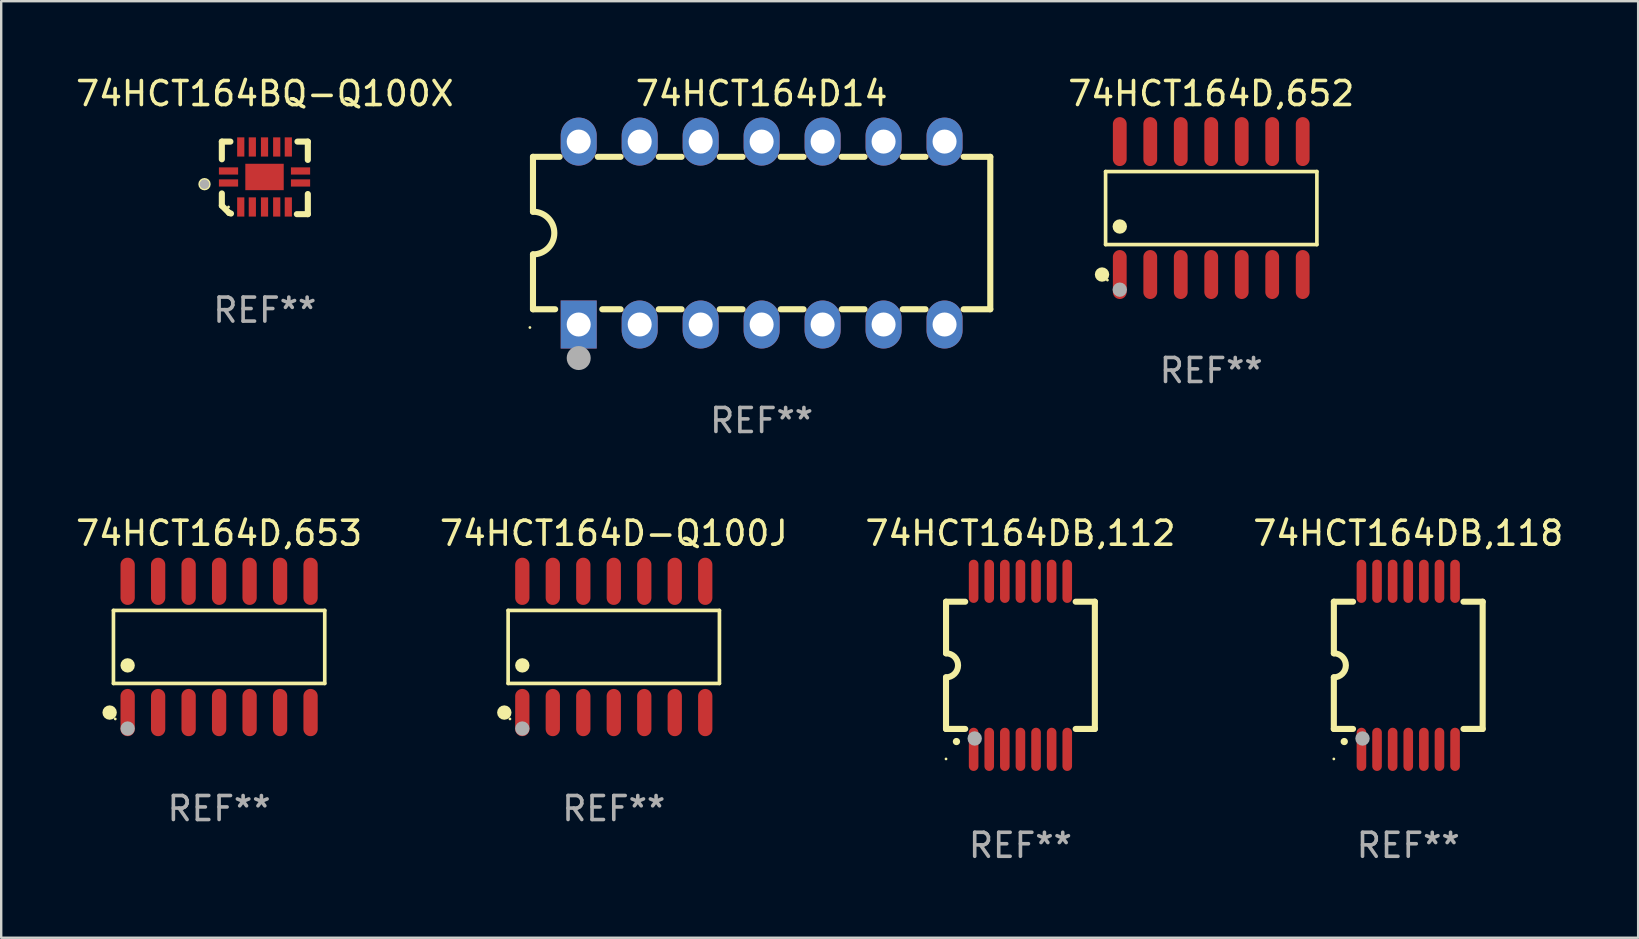
<source format=kicad_pcb>
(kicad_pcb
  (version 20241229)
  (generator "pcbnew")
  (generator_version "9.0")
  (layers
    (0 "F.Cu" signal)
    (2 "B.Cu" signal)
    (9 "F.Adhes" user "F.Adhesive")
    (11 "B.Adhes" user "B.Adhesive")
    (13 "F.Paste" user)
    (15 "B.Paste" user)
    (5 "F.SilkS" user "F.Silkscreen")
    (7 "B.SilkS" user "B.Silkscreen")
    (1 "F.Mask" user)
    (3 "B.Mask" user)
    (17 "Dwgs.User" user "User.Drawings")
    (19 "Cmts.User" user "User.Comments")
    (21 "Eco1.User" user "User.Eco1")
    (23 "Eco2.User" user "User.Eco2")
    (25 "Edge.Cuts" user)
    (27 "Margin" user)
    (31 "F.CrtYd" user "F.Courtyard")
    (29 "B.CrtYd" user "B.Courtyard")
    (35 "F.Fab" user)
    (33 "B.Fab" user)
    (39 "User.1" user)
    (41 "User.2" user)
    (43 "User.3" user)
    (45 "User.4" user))
  (footprint "74HCT164BQ-Q100X"
    (layer "F.Cu")
    (at 7.982 4.36)
    (property "Reference" "74HCT164BQ-Q100X" (at 0 -3.511 0) (layer "F.SilkS") (effects (font (size 1 1) (thickness 0.15))))
    (attr through_hole)
    (fp_line (start -1.791 -1.511) (end -1.435 -1.511) (stroke (width 0.254) (type solid)) (layer "F.SilkS"))
    (fp_line (start -1.791 -0.775) (end -1.791 -1.511) (stroke (width 0.254) (type solid)) (layer "F.SilkS"))
    (fp_line (start -1.791 1.156) (end -1.791 0.648) (stroke (width 0.254) (type solid)) (layer "F.SilkS"))
    (fp_line (start -1.486 1.461) (end -1.791 1.156) (stroke (width 0.254) (type solid)) (layer "F.SilkS"))
    (fp_line (start -1.41 1.486) (end -1.486 1.461) (stroke (width 0.254) (type solid)) (layer "F.SilkS"))
    (fp_line (start 1.334 1.511) (end 1.791 1.511) (stroke (width 0.254) (type solid)) (layer "F.SilkS"))
    (fp_line (start 1.791 -1.511) (end 1.359 -1.511) (stroke (width 0.254) (type solid)) (layer "F.SilkS"))
    (fp_line (start 1.791 -0.749) (end 1.791 -1.511) (stroke (width 0.254) (type solid)) (layer "F.SilkS"))
    (fp_line (start 1.791 1.511) (end 1.791 0.673) (stroke (width 0.254) (type solid)) (layer "F.SilkS"))
    (fp_circle (center -2.513 0.262) (end -2.383 0.262) (stroke (width 0.254) (type solid)) (fill no) (layer "F.SilkS"))
    (fp_circle (center -1.513 1.212) (end -1.483 1.212) (stroke (width 0.06) (type solid)) (fill no) (layer "F.SilkS"))
    (fp_circle (center -2.513 0.262) (end -2.413 0.262) (stroke (width 0.2) (type solid)) (fill no) (layer "F.Fab"))
    (fp_text user "REF**" (at 0 5.511 0) (layer "F.Fab") (effects (font (size 1 1) (thickness 0.15))))
    (pad "1" smd rect (at -1.513 0.212) (size 0.8 0.3) (layers "F.Cu" "F.Mask" "F.Paste"))
    (pad "2" smd rect (at -1.003 1.212) (size 0.3 0.8) (layers "F.Cu" "F.Mask" "F.Paste"))
    (pad "3" smd rect (at -0.521 1.212) (size 0.3 0.8) (layers "F.Cu" "F.Mask" "F.Paste"))
    (pad "4" smd rect (at -0.013 1.212) (size 0.3 0.8) (layers "F.Cu" "F.Mask" "F.Paste"))
    (pad "5" smd rect (at 0.495 1.212) (size 0.3 0.8) (layers "F.Cu" "F.Mask" "F.Paste"))
    (pad "6" smd rect (at 0.978 1.212) (size 0.3 0.8) (layers "F.Cu" "F.Mask" "F.Paste"))
    (pad "7" smd rect (at 1.487 0.212) (size 0.8 0.3) (layers "F.Cu" "F.Mask" "F.Paste"))
    (pad "8" smd rect (at 1.487 -0.288) (size 0.8 0.3) (layers "F.Cu" "F.Mask" "F.Paste"))
    (pad "9" smd rect (at 0.978 -1.288) (size 0.3 0.8) (layers "F.Cu" "F.Mask" "F.Paste"))
    (pad "10" smd rect (at 0.495 -1.288) (size 0.3 0.8) (layers "F.Cu" "F.Mask" "F.Paste"))
    (pad "11" smd rect (at -0.013 -1.288) (size 0.3 0.8) (layers "F.Cu" "F.Mask" "F.Paste"))
    (pad "12" smd rect (at -0.521 -1.288) (size 0.3 0.8) (layers "F.Cu" "F.Mask" "F.Paste"))
    (pad "13" smd rect (at -1.003 -1.288) (size 0.3 0.8) (layers "F.Cu" "F.Mask" "F.Paste"))
    (pad "14" smd rect (at -1.513 -0.288) (size 0.8 0.3) (layers "F.Cu" "F.Mask" "F.Paste"))
    (pad "15" smd rect (at -0.013 -0.038 90) (size 1.1 1.6) (layers "F.Cu" "F.Mask" "F.Paste")))
  (footprint "74HCT164D-Q100J"
    (layer "F.Cu")
    (at 22.518 23.899)
    (property "Reference" "74HCT164D-Q100J" (at 0 -4.734 0) (layer "F.SilkS") (effects (font (size 1 1) (thickness 0.15))))
    (attr through_hole)
    (fp_line (start -4.401 -1.521) (end 4.401 -1.521) (stroke (width 0.152) (type solid)) (layer "F.SilkS"))
    (fp_line (start -4.401 1.521) (end -4.401 -1.521) (stroke (width 0.152) (type solid)) (layer "F.SilkS"))
    (fp_line (start 4.401 -1.521) (end 4.401 1.521) (stroke (width 0.152) (type solid)) (layer "F.SilkS"))
    (fp_line (start 4.401 1.521) (end -4.401 1.521) (stroke (width 0.152) (type solid)) (layer "F.SilkS"))
    (fp_circle (center -4.56 2.734) (end -4.41 2.734) (stroke (width 0.3) (type solid)) (fill no) (layer "F.SilkS"))
    (fp_circle (center -4.325 3) (end -4.295 3) (stroke (width 0.06) (type solid)) (fill no) (layer "F.SilkS"))
    (fp_circle (center -3.81 0.769) (end -3.66 0.769) (stroke (width 0.3) (type solid)) (fill no) (layer "F.SilkS"))
    (fp_circle (center -3.81 3.4) (end -3.66 3.4) (stroke (width 0.3) (type solid)) (fill no) (layer "F.Fab"))
    (fp_text user "REF**" (at 0 6.734 0) (layer "F.Fab") (effects (font (size 1 1) (thickness 0.15))))
    (pad "1" smd oval (at -3.81 2.734) (size 0.595 1.968) (layers "F.Cu" "F.Mask" "F.Paste"))
    (pad "2" smd oval (at -2.54 2.734) (size 0.595 1.968) (layers "F.Cu" "F.Mask" "F.Paste"))
    (pad "3" smd oval (at -1.27 2.734) (size 0.595 1.968) (layers "F.Cu" "F.Mask" "F.Paste"))
    (pad "4" smd oval (at 0 2.734) (size 0.595 1.968) (layers "F.Cu" "F.Mask" "F.Paste"))
    (pad "5" smd oval (at 1.27 2.734) (size 0.595 1.968) (layers "F.Cu" "F.Mask" "F.Paste"))
    (pad "6" smd oval (at 2.54 2.734) (size 0.595 1.968) (layers "F.Cu" "F.Mask" "F.Paste"))
    (pad "7" smd oval (at 3.81 2.734) (size 0.595 1.968) (layers "F.Cu" "F.Mask" "F.Paste"))
    (pad "8" smd oval (at 3.81 -2.734) (size 0.595 1.968) (layers "F.Cu" "F.Mask" "F.Paste"))
    (pad "9" smd oval (at 2.54 -2.734) (size 0.595 1.968) (layers "F.Cu" "F.Mask" "F.Paste"))
    (pad "10" smd oval (at 1.27 -2.734) (size 0.595 1.968) (layers "F.Cu" "F.Mask" "F.Paste"))
    (pad "11" smd oval (at 0 -2.734) (size 0.595 1.968) (layers "F.Cu" "F.Mask" "F.Paste"))
    (pad "12" smd oval (at -1.27 -2.734) (size 0.595 1.968) (layers "F.Cu" "F.Mask" "F.Paste"))
    (pad "13" smd oval (at -2.54 -2.734) (size 0.595 1.968) (layers "F.Cu" "F.Mask" "F.Paste"))
    (pad "14" smd oval (at -3.81 -2.734) (size 0.595 1.968) (layers "F.Cu" "F.Mask" "F.Paste")))
  (footprint "74HCT164D14"
    (layer "F.Cu")
    (at 28.677 6.658)
    (property "Reference" "74HCT164D14" (at 0 -5.81 0) (layer "F.SilkS") (effects (font (size 1 1) (thickness 0.15))))
    (attr through_hole)
    (fp_line (start -9.525 -3.175) (end -9.525 -0.889) (stroke (width 0.254) (type solid)) (layer "F.SilkS"))
    (fp_line (start -9.525 -3.175) (end -8.414 -3.175) (stroke (width 0.254) (type solid)) (layer "F.SilkS"))
    (fp_line (start -9.525 3.175) (end -9.525 0.889) (stroke (width 0.254) (type solid)) (layer "F.SilkS"))
    (fp_line (start -8.601 3.175) (end -9.525 3.175) (stroke (width 0.254) (type solid)) (layer "F.SilkS"))
    (fp_line (start -6.826 -3.175) (end -5.874 -3.175) (stroke (width 0.254) (type solid)) (layer "F.SilkS"))
    (fp_line (start -5.874 3.175) (end -6.639 3.175) (stroke (width 0.254) (type solid)) (layer "F.SilkS"))
    (fp_line (start -4.286 -3.175) (end -3.334 -3.175) (stroke (width 0.254) (type solid)) (layer "F.SilkS"))
    (fp_line (start -3.334 3.175) (end -4.286 3.175) (stroke (width 0.254) (type solid)) (layer "F.SilkS"))
    (fp_line (start -1.746 -3.175) (end -0.794 -3.175) (stroke (width 0.254) (type solid)) (layer "F.SilkS"))
    (fp_line (start -0.794 3.175) (end -1.746 3.175) (stroke (width 0.254) (type solid)) (layer "F.SilkS"))
    (fp_line (start 0.794 -3.175) (end 1.746 -3.175) (stroke (width 0.254) (type solid)) (layer "F.SilkS"))
    (fp_line (start 1.746 3.175) (end 0.794 3.175) (stroke (width 0.254) (type solid)) (layer "F.SilkS"))
    (fp_line (start 3.334 -3.175) (end 4.286 -3.175) (stroke (width 0.254) (type solid)) (layer "F.SilkS"))
    (fp_line (start 4.286 3.175) (end 3.334 3.175) (stroke (width 0.254) (type solid)) (layer "F.SilkS"))
    (fp_line (start 5.874 -3.175) (end 6.826 -3.175) (stroke (width 0.254) (type solid)) (layer "F.SilkS"))
    (fp_line (start 6.826 3.175) (end 5.874 3.175) (stroke (width 0.254) (type solid)) (layer "F.SilkS"))
    (fp_line (start 8.414 -3.175) (end 9.525 -3.175) (stroke (width 0.254) (type solid)) (layer "F.SilkS"))
    (fp_line (start 9.525 -3.175) (end 9.525 3.175) (stroke (width 0.254) (type solid)) (layer "F.SilkS"))
    (fp_line (start 9.525 3.175) (end 8.414 3.175) (stroke (width 0.254) (type solid)) (layer "F.SilkS"))
    (fp_arc (start -9.525019 -0.889002) (mid -8.636017 0) (end -9.525019 0.889002) (stroke (width 0.254001) (type solid)) (layer "F.SilkS"))
    (fp_circle (center -9.653 3.935) (end -9.623 3.935) (stroke (width 0.06) (type solid)) (fill no) (layer "F.SilkS"))
    (fp_circle (center -7.62 5.207) (end -7.37 5.207) (stroke (width 0.5) (type solid)) (fill no) (layer "F.Fab"))
    (fp_text user "REF**" (at 0 7.81 0) (layer "F.Fab") (effects (font (size 1 1) (thickness 0.15))))
    (pad "1" thru_hole rect (at -7.62 3.81) (size 1.5 2) (drill 1) (layers "*.Cu" "*.Mask"))
    (pad "2" thru_hole oval (at -5.08 3.81) (size 1.5 2) (drill 1) (layers "*.Cu" "*.Mask"))
    (pad "3" thru_hole oval (at -2.54 3.81) (size 1.5 2) (drill 1) (layers "*.Cu" "*.Mask"))
    (pad "4" thru_hole oval (at 0 3.81) (size 1.5 2) (drill 1) (layers "*.Cu" "*.Mask"))
    (pad "5" thru_hole oval (at 2.54 3.81) (size 1.5 2) (drill 1) (layers "*.Cu" "*.Mask"))
    (pad "6" thru_hole oval (at 5.08 3.81) (size 1.5 2) (drill 1) (layers "*.Cu" "*.Mask"))
    (pad "7" thru_hole oval (at 7.62 3.81) (size 1.5 2) (drill 1) (layers "*.Cu" "*.Mask"))
    (pad "8" thru_hole oval (at 7.62 -3.81) (size 1.5 2) (drill 1) (layers "*.Cu" "*.Mask"))
    (pad "9" thru_hole oval (at 5.08 -3.81) (size 1.5 2) (drill 1) (layers "*.Cu" "*.Mask"))
    (pad "10" thru_hole oval (at 2.54 -3.81) (size 1.5 2) (drill 1) (layers "*.Cu" "*.Mask"))
    (pad "11" thru_hole oval (at 0 -3.81) (size 1.5 2) (drill 1) (layers "*.Cu" "*.Mask"))
    (pad "12" thru_hole oval (at -2.54 -3.81) (size 1.5 2) (drill 1) (layers "*.Cu" "*.Mask"))
    (pad "13" thru_hole oval (at -5.08 -3.81) (size 1.5 2) (drill 1) (layers "*.Cu" "*.Mask"))
    (pad "14" thru_hole oval (at -7.62 -3.81) (size 1.5 2) (drill 1) (layers "*.Cu" "*.Mask")))
  (footprint "74HCT164DB,118"
    (layer "F.Cu")
    (at 55.613 24.665)
    (property "Reference" "74HCT164DB,118" (at 0 -5.5 0) (layer "F.SilkS") (effects (font (size 1 1) (thickness 0.15))))
    (attr through_hole)
    (fp_line (start -3.1 2.65) (end -3.1 0.5) (stroke (width 0.254) (type solid)) (layer "F.SilkS"))
    (fp_line (start -3.099 -2.65) (end -2.301 -2.65) (stroke (width 0.254) (type solid)) (layer "F.SilkS"))
    (fp_line (start -3.099 -0.5) (end -3.099 -2.65) (stroke (width 0.254) (type solid)) (layer "F.SilkS"))
    (fp_line (start -2.301 2.65) (end -3.1 2.65) (stroke (width 0.254) (type solid)) (layer "F.SilkS"))
    (fp_line (start 2.301 -2.65) (end 3.1 -2.65) (stroke (width 0.254) (type solid)) (layer "F.SilkS"))
    (fp_line (start 3.1 -2.65) (end 3.1 2.65) (stroke (width 0.254) (type solid)) (layer "F.SilkS"))
    (fp_line (start 3.1 2.65) (end 2.301 2.65) (stroke (width 0.254) (type solid)) (layer "F.SilkS"))
    (fp_arc (start -3.098806 -0.500381) (mid -2.598806 0) (end -3.098806 0.500381) (stroke (width 0.254001) (type solid)) (layer "F.SilkS"))
    (fp_arc (start -2.667005 3.175006) (mid -2.665735 3.175001) (end -2.664465 3.175006) (stroke (width 0.3) (type solid)) (layer "F.SilkS"))
    (fp_circle (center -3.1 3.9) (end -3.07 3.9) (stroke (width 0.06) (type solid)) (fill no) (layer "F.SilkS"))
    (fp_circle (center -1.905 3.048) (end -1.755 3.048) (stroke (width 0.3) (type solid)) (fill no) (layer "F.Fab"))
    (fp_text user "REF**" (at 0 7.5 0) (layer "F.Fab") (effects (font (size 1 1) (thickness 0.15))))
    (pad "1" smd oval (at -1.95 3.5 270) (size 1.8 0.4) (layers "F.Cu" "F.Mask" "F.Paste"))
    (pad "2" smd oval (at -1.3 3.5 270) (size 1.8 0.4) (layers "F.Cu" "F.Mask" "F.Paste"))
    (pad "3" smd oval (at -0.65 3.5 270) (size 1.8 0.4) (layers "F.Cu" "F.Mask" "F.Paste"))
    (pad "4" smd oval (at 0 3.5 270) (size 1.8 0.4) (layers "F.Cu" "F.Mask" "F.Paste"))
    (pad "5" smd oval (at 0.65 3.5 270) (size 1.8 0.4) (layers "F.Cu" "F.Mask" "F.Paste"))
    (pad "6" smd oval (at 1.3 3.5 270) (size 1.8 0.4) (layers "F.Cu" "F.Mask" "F.Paste"))
    (pad "7" smd oval (at 1.95 3.5 270) (size 1.8 0.4) (layers "F.Cu" "F.Mask" "F.Paste"))
    (pad "8" smd oval (at 1.95 -3.5 90) (size 1.8 0.4) (layers "F.Cu" "F.Mask" "F.Paste"))
    (pad "9" smd oval (at 1.3 -3.5 90) (size 1.8 0.4) (layers "F.Cu" "F.Mask" "F.Paste"))
    (pad "10" smd oval (at 0.65 -3.5 90) (size 1.8 0.4) (layers "F.Cu" "F.Mask" "F.Paste"))
    (pad "11" smd oval (at 0 -3.5 90) (size 1.8 0.4) (layers "F.Cu" "F.Mask" "F.Paste"))
    (pad "12" smd oval (at -0.65 -3.5 90) (size 1.8 0.4) (layers "F.Cu" "F.Mask" "F.Paste"))
    (pad "13" smd oval (at -1.3 -3.5 90) (size 1.8 0.4) (layers "F.Cu" "F.Mask" "F.Paste"))
    (pad "14" smd oval (at -1.95 -3.5 90) (size 1.8 0.4) (layers "F.Cu" "F.Mask" "F.Paste")))
  (footprint "74HCT164D,652"
    (layer "F.Cu")
    (at 47.406 5.617)
    (property "Reference" "74HCT164D,652" (at 0 -4.769 0) (layer "F.SilkS") (effects (font (size 1 1) (thickness 0.15))))
    (attr through_hole)
    (fp_line (start -4.401 -1.521) (end 4.401 -1.521) (stroke (width 0.152) (type solid)) (layer "F.SilkS"))
    (fp_line (start -4.401 1.521) (end -4.401 -1.521) (stroke (width 0.152) (type solid)) (layer "F.SilkS"))
    (fp_line (start 4.401 -1.521) (end 4.401 1.521) (stroke (width 0.152) (type solid)) (layer "F.SilkS"))
    (fp_line (start 4.401 1.521) (end -4.401 1.521) (stroke (width 0.152) (type solid)) (layer "F.SilkS"))
    (fp_circle (center -4.549 2.769) (end -4.399 2.769) (stroke (width 0.3) (type solid)) (fill no) (layer "F.SilkS"))
    (fp_circle (center -4.325 3) (end -4.295 3) (stroke (width 0.06) (type solid)) (fill no) (layer "F.SilkS"))
    (fp_circle (center -3.81 0.769) (end -3.66 0.769) (stroke (width 0.3) (type solid)) (fill no) (layer "F.SilkS"))
    (fp_circle (center -3.81 3.4) (end -3.66 3.4) (stroke (width 0.3) (type solid)) (fill no) (layer "F.Fab"))
    (fp_text user "REF**" (at 0 6.769 0) (layer "F.Fab") (effects (font (size 1 1) (thickness 0.15))))
    (pad "1" smd oval (at -3.81 2.769) (size 0.574 2.038) (layers "F.Cu" "F.Mask" "F.Paste"))
    (pad "2" smd oval (at -2.54 2.769) (size 0.574 2.038) (layers "F.Cu" "F.Mask" "F.Paste"))
    (pad "3" smd oval (at -1.27 2.769) (size 0.574 2.038) (layers "F.Cu" "F.Mask" "F.Paste"))
    (pad "4" smd oval (at 0 2.769) (size 0.574 2.038) (layers "F.Cu" "F.Mask" "F.Paste"))
    (pad "5" smd oval (at 1.27 2.769) (size 0.574 2.038) (layers "F.Cu" "F.Mask" "F.Paste"))
    (pad "6" smd oval (at 2.54 2.769) (size 0.574 2.038) (layers "F.Cu" "F.Mask" "F.Paste"))
    (pad "7" smd oval (at 3.81 2.769) (size 0.574 2.038) (layers "F.Cu" "F.Mask" "F.Paste"))
    (pad "8" smd oval (at 3.81 -2.769) (size 0.574 2.038) (layers "F.Cu" "F.Mask" "F.Paste"))
    (pad "9" smd oval (at 2.54 -2.769) (size 0.574 2.038) (layers "F.Cu" "F.Mask" "F.Paste"))
    (pad "10" smd oval (at 1.27 -2.769) (size 0.574 2.038) (layers "F.Cu" "F.Mask" "F.Paste"))
    (pad "11" smd oval (at 0 -2.769) (size 0.574 2.038) (layers "F.Cu" "F.Mask" "F.Paste"))
    (pad "12" smd oval (at -1.27 -2.769) (size 0.574 2.038) (layers "F.Cu" "F.Mask" "F.Paste"))
    (pad "13" smd oval (at -2.54 -2.769) (size 0.574 2.038) (layers "F.Cu" "F.Mask" "F.Paste"))
    (pad "14" smd oval (at -3.81 -2.769) (size 0.574 2.038) (layers "F.Cu" "F.Mask" "F.Paste")))
  (footprint "74HCT164D,653"
    (layer "F.Cu")
    (at 6.077 23.899)
    (property "Reference" "74HCT164D,653" (at 0 -4.734 0) (layer "F.SilkS") (effects (font (size 1 1) (thickness 0.15))))
    (attr through_hole)
    (fp_line (start -4.401 -1.521) (end 4.401 -1.521) (stroke (width 0.152) (type solid)) (layer "F.SilkS"))
    (fp_line (start -4.401 1.521) (end -4.401 -1.521) (stroke (width 0.152) (type solid)) (layer "F.SilkS"))
    (fp_line (start 4.401 -1.521) (end 4.401 1.521) (stroke (width 0.152) (type solid)) (layer "F.SilkS"))
    (fp_line (start 4.401 1.521) (end -4.401 1.521) (stroke (width 0.152) (type solid)) (layer "F.SilkS"))
    (fp_circle (center -4.56 2.734) (end -4.41 2.734) (stroke (width 0.3) (type solid)) (fill no) (layer "F.SilkS"))
    (fp_circle (center -4.325 3) (end -4.295 3) (stroke (width 0.06) (type solid)) (fill no) (layer "F.SilkS"))
    (fp_circle (center -3.81 0.769) (end -3.66 0.769) (stroke (width 0.3) (type solid)) (fill no) (layer "F.SilkS"))
    (fp_circle (center -3.81 3.4) (end -3.66 3.4) (stroke (width 0.3) (type solid)) (fill no) (layer "F.Fab"))
    (fp_text user "REF**" (at 0 6.734 0) (layer "F.Fab") (effects (font (size 1 1) (thickness 0.15))))
    (pad "1" smd oval (at -3.81 2.734) (size 0.595 1.968) (layers "F.Cu" "F.Mask" "F.Paste"))
    (pad "2" smd oval (at -2.54 2.734) (size 0.595 1.968) (layers "F.Cu" "F.Mask" "F.Paste"))
    (pad "3" smd oval (at -1.27 2.734) (size 0.595 1.968) (layers "F.Cu" "F.Mask" "F.Paste"))
    (pad "4" smd oval (at 0 2.734) (size 0.595 1.968) (layers "F.Cu" "F.Mask" "F.Paste"))
    (pad "5" smd oval (at 1.27 2.734) (size 0.595 1.968) (layers "F.Cu" "F.Mask" "F.Paste"))
    (pad "6" smd oval (at 2.54 2.734) (size 0.595 1.968) (layers "F.Cu" "F.Mask" "F.Paste"))
    (pad "7" smd oval (at 3.81 2.734) (size 0.595 1.968) (layers "F.Cu" "F.Mask" "F.Paste"))
    (pad "8" smd oval (at 3.81 -2.734) (size 0.595 1.968) (layers "F.Cu" "F.Mask" "F.Paste"))
    (pad "9" smd oval (at 2.54 -2.734) (size 0.595 1.968) (layers "F.Cu" "F.Mask" "F.Paste"))
    (pad "10" smd oval (at 1.27 -2.734) (size 0.595 1.968) (layers "F.Cu" "F.Mask" "F.Paste"))
    (pad "11" smd oval (at 0 -2.734) (size 0.595 1.968) (layers "F.Cu" "F.Mask" "F.Paste"))
    (pad "12" smd oval (at -1.27 -2.734) (size 0.595 1.968) (layers "F.Cu" "F.Mask" "F.Paste"))
    (pad "13" smd oval (at -2.54 -2.734) (size 0.595 1.968) (layers "F.Cu" "F.Mask" "F.Paste"))
    (pad "14" smd oval (at -3.81 -2.734) (size 0.595 1.968) (layers "F.Cu" "F.Mask" "F.Paste")))
  (footprint "74HCT164DB,112"
    (layer "F.Cu")
    (at 39.458 24.665)
    (property "Reference" "74HCT164DB,112" (at 0 -5.5 0) (layer "F.SilkS") (effects (font (size 1 1) (thickness 0.15))))
    (attr through_hole)
    (fp_line (start -3.1 2.65) (end -3.1 0.5) (stroke (width 0.254) (type solid)) (layer "F.SilkS"))
    (fp_line (start -3.099 -2.65) (end -2.301 -2.65) (stroke (width 0.254) (type solid)) (layer "F.SilkS"))
    (fp_line (start -3.099 -0.5) (end -3.099 -2.65) (stroke (width 0.254) (type solid)) (layer "F.SilkS"))
    (fp_line (start -2.301 2.65) (end -3.1 2.65) (stroke (width 0.254) (type solid)) (layer "F.SilkS"))
    (fp_line (start 2.301 -2.65) (end 3.1 -2.65) (stroke (width 0.254) (type solid)) (layer "F.SilkS"))
    (fp_line (start 3.1 -2.65) (end 3.1 2.65) (stroke (width 0.254) (type solid)) (layer "F.SilkS"))
    (fp_line (start 3.1 2.65) (end 2.301 2.65) (stroke (width 0.254) (type solid)) (layer "F.SilkS"))
    (fp_arc (start -3.098806 -0.500381) (mid -2.598806 0) (end -3.098806 0.500381) (stroke (width 0.254001) (type solid)) (layer "F.SilkS"))
    (fp_arc (start -2.667005 3.175006) (mid -2.665735 3.175001) (end -2.664465 3.175006) (stroke (width 0.3) (type solid)) (layer "F.SilkS"))
    (fp_circle (center -3.1 3.9) (end -3.07 3.9) (stroke (width 0.06) (type solid)) (fill no) (layer "F.SilkS"))
    (fp_circle (center -1.905 3.048) (end -1.755 3.048) (stroke (width 0.3) (type solid)) (fill no) (layer "F.Fab"))
    (fp_text user "REF**" (at 0 7.5 0) (layer "F.Fab") (effects (font (size 1 1) (thickness 0.15))))
    (pad "1" smd oval (at -1.95 3.5 270) (size 1.8 0.4) (layers "F.Cu" "F.Mask" "F.Paste"))
    (pad "2" smd oval (at -1.3 3.5 270) (size 1.8 0.4) (layers "F.Cu" "F.Mask" "F.Paste"))
    (pad "3" smd oval (at -0.65 3.5 270) (size 1.8 0.4) (layers "F.Cu" "F.Mask" "F.Paste"))
    (pad "4" smd oval (at 0 3.5 270) (size 1.8 0.4) (layers "F.Cu" "F.Mask" "F.Paste"))
    (pad "5" smd oval (at 0.65 3.5 270) (size 1.8 0.4) (layers "F.Cu" "F.Mask" "F.Paste"))
    (pad "6" smd oval (at 1.3 3.5 270) (size 1.8 0.4) (layers "F.Cu" "F.Mask" "F.Paste"))
    (pad "7" smd oval (at 1.95 3.5 270) (size 1.8 0.4) (layers "F.Cu" "F.Mask" "F.Paste"))
    (pad "8" smd oval (at 1.95 -3.5 90) (size 1.8 0.4) (layers "F.Cu" "F.Mask" "F.Paste"))
    (pad "9" smd oval (at 1.3 -3.5 90) (size 1.8 0.4) (layers "F.Cu" "F.Mask" "F.Paste"))
    (pad "10" smd oval (at 0.65 -3.5 90) (size 1.8 0.4) (layers "F.Cu" "F.Mask" "F.Paste"))
    (pad "11" smd oval (at 0 -3.5 90) (size 1.8 0.4) (layers "F.Cu" "F.Mask" "F.Paste"))
    (pad "12" smd oval (at -0.65 -3.5 90) (size 1.8 0.4) (layers "F.Cu" "F.Mask" "F.Paste"))
    (pad "13" smd oval (at -1.3 -3.5 90) (size 1.8 0.4) (layers "F.Cu" "F.Mask" "F.Paste"))
    (pad "14" smd oval (at -1.95 -3.5 90) (size 1.8 0.4) (layers "F.Cu" "F.Mask" "F.Paste")))
  (gr_rect
    (start -3 -3)
    (end 65.19 36.013)
    (stroke (width 0.1) (type default))
    (fill no)
    (layer "Edge.Cuts")))
</source>
